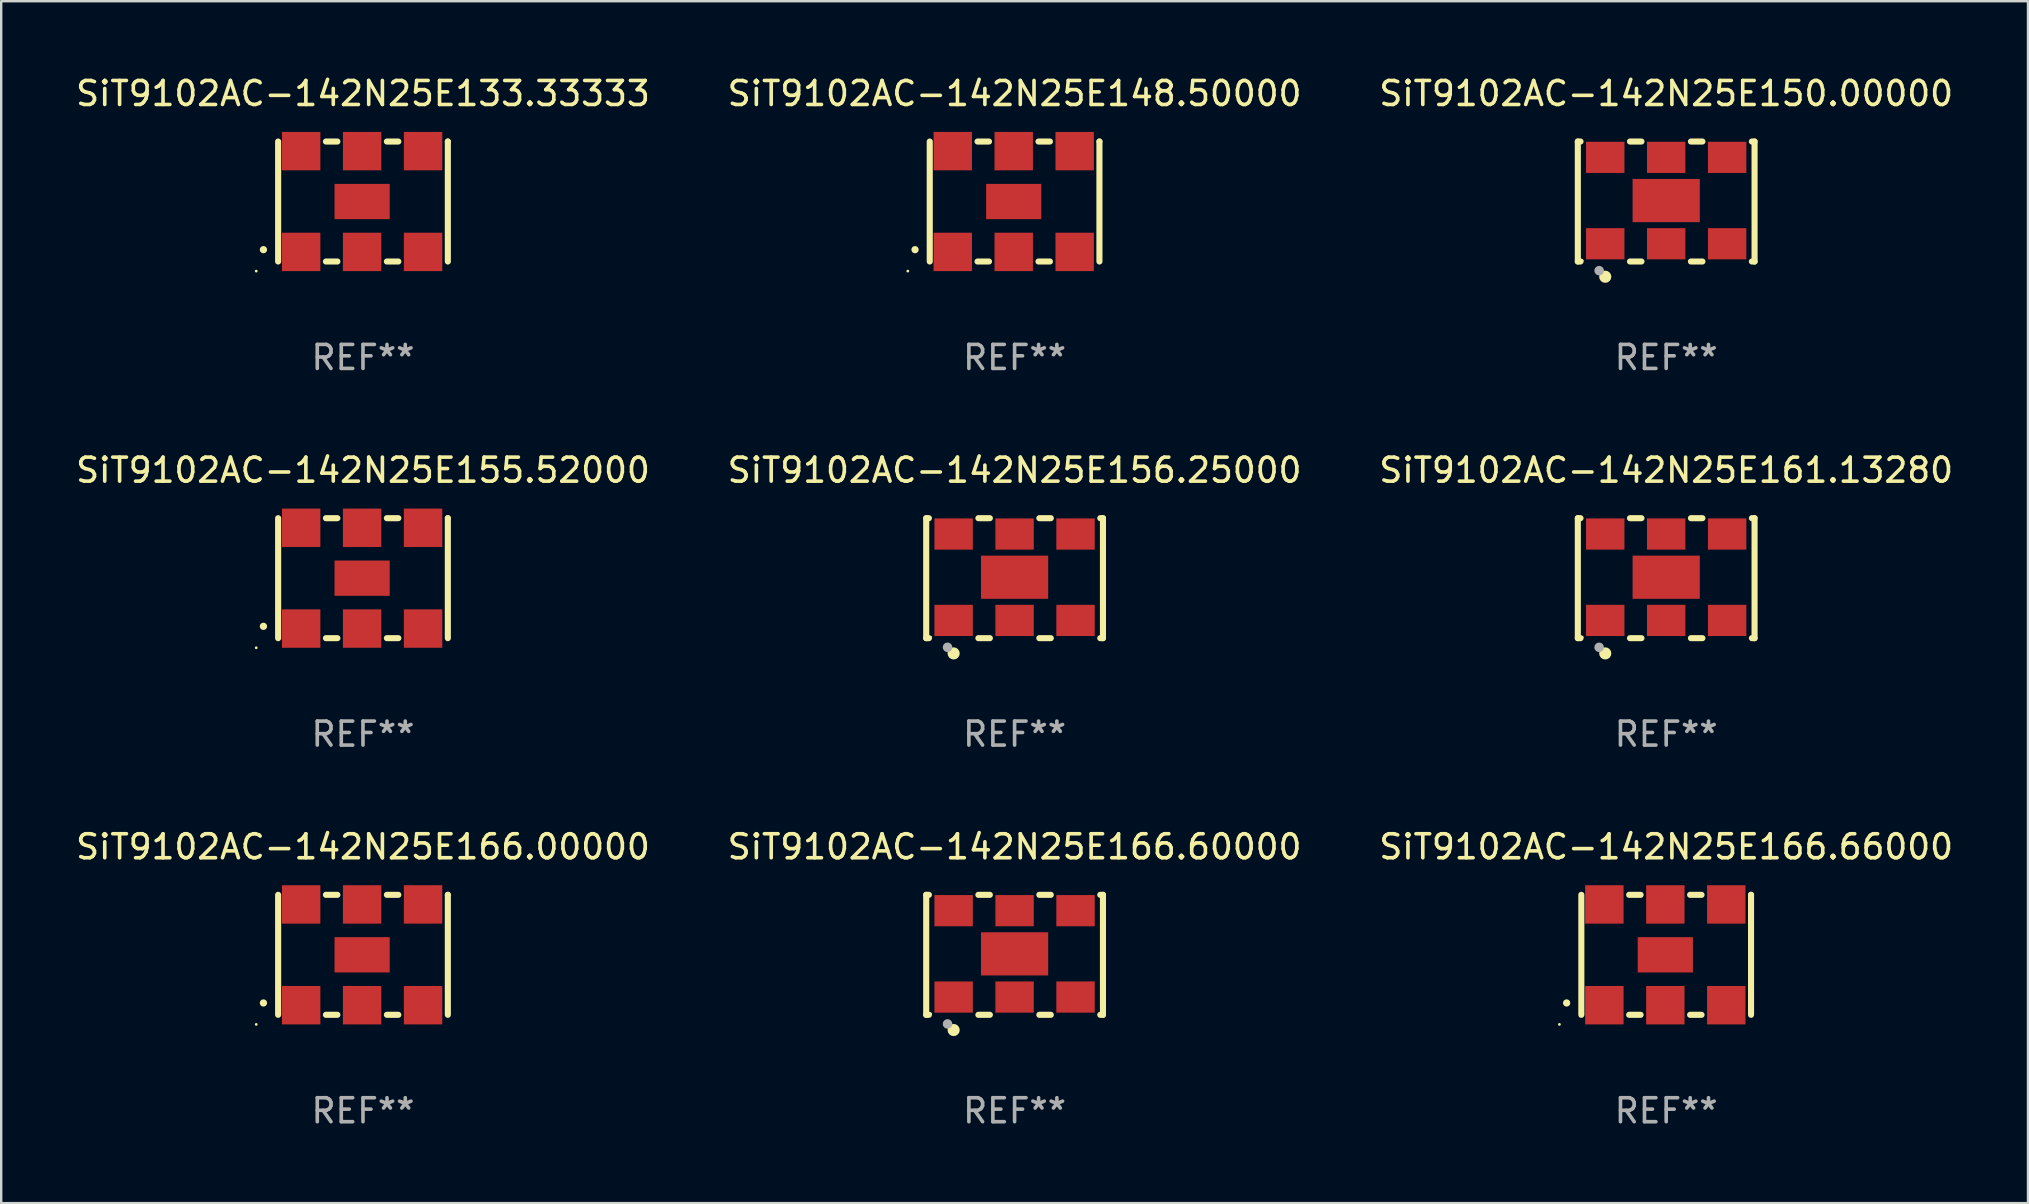
<source format=kicad_pcb>
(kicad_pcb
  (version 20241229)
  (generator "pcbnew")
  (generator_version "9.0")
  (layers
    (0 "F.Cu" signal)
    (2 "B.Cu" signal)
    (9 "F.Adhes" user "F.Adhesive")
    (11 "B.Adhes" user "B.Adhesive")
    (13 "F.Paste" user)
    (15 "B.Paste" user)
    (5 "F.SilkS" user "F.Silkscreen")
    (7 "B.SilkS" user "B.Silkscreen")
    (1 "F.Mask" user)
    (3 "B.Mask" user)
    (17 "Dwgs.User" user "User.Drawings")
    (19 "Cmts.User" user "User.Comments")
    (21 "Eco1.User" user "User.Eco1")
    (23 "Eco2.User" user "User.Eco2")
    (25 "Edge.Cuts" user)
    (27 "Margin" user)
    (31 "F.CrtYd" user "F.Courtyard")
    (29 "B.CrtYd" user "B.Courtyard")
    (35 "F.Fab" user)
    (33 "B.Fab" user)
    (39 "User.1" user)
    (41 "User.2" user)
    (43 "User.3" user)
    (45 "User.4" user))
  (footprint "SiT9102AC-142N25E150.00000"
    (layer "F.Cu")
    (at 66.387 5.348)
    (property "Reference" "SiT9102AC-142N25E150.00000" (at 0 -4.5 0) (layer "F.SilkS") (effects (font (size 1 1) (thickness 0.15))))
    (attr through_hole)
    (fp_line (start -3.683 -2.5) (end -3.571 -2.5) (stroke (width 0.254) (type solid)) (layer "F.SilkS"))
    (fp_line (start -3.683 2.5) (end -3.683 -2.5) (stroke (width 0.254) (type solid)) (layer "F.SilkS"))
    (fp_line (start -3.683 2.5) (end -3.571 2.5) (stroke (width 0.254) (type solid)) (layer "F.SilkS"))
    (fp_line (start -1.509 -2.5) (end -1.031 -2.5) (stroke (width 0.254) (type solid)) (layer "F.SilkS"))
    (fp_line (start -1.509 2.5) (end -1.031 2.5) (stroke (width 0.254) (type solid)) (layer "F.SilkS"))
    (fp_line (start 1.031 -2.5) (end 1.509 -2.5) (stroke (width 0.254) (type solid)) (layer "F.SilkS"))
    (fp_line (start 1.031 2.5) (end 1.509 2.5) (stroke (width 0.254) (type solid)) (layer "F.SilkS"))
    (fp_line (start 3.571 -2.5) (end 3.683 -2.5) (stroke (width 0.254) (type solid)) (layer "F.SilkS"))
    (fp_line (start 3.571 2.5) (end 3.683 2.5) (stroke (width 0.254) (type solid)) (layer "F.SilkS"))
    (fp_line (start 3.683 2.5) (end 3.683 -2.5) (stroke (width 0.254) (type solid)) (layer "F.SilkS"))
    (fp_circle (center -3.5 2.46) (end -3.47 2.46) (stroke (width 0.06) (type solid)) (fill no) (layer "F.SilkS"))
    (fp_circle (center -2.54 3.135) (end -2.413 3.135) (stroke (width 0.254) (type solid)) (fill no) (layer "F.SilkS"))
    (fp_circle (center -2.794 2.881) (end -2.694 2.881) (stroke (width 0.2) (type solid)) (fill no) (layer "F.Fab"))
    (fp_text user "REF**" (at 0 6.5 0) (layer "F.Fab") (effects (font (size 1 1) (thickness 0.15))))
    (pad "1" smd rect (at -2.54 1.76) (size 1.6 1.3) (layers "F.Cu" "F.Mask" "F.Paste"))
    (pad "2" smd rect (at 0 1.76) (size 1.6 1.3) (layers "F.Cu" "F.Mask" "F.Paste"))
    (pad "3" smd rect (at 2.54 1.76) (size 1.6 1.3) (layers "F.Cu" "F.Mask" "F.Paste"))
    (pad "4" smd rect (at 2.54 -1.84) (size 1.6 1.3) (layers "F.Cu" "F.Mask" "F.Paste"))
    (pad "5" smd rect (at 0 -1.84) (size 1.6 1.3) (layers "F.Cu" "F.Mask" "F.Paste"))
    (pad "6" smd rect (at -2.54 -1.84) (size 1.6 1.3) (layers "F.Cu" "F.Mask" "F.Paste"))
    (pad "7" smd rect (at 0 -0.04) (size 2.8 1.8) (layers "F.Cu" "F.Mask" "F.Paste")))
  (footprint "SiT9102AC-142N25E155.52000"
    (layer "F.Cu")
    (at 12.077 21.045)
    (property "Reference" "SiT9102AC-142N25E155.52000" (at 0 -4.5 0) (layer "F.SilkS") (effects (font (size 1 1) (thickness 0.15))))
    (attr through_hole)
    (fp_line (start -3.536 -2.5) (end -3.536 2.5) (stroke (width 0.254) (type solid)) (layer "F.SilkS"))
    (fp_line (start -1.544 2.5) (end -1.067 2.5) (stroke (width 0.254) (type solid)) (layer "F.SilkS"))
    (fp_line (start -1.067 -2.5) (end -1.544 -2.5) (stroke (width 0.254) (type solid)) (layer "F.SilkS"))
    (fp_line (start 0.996 2.5) (end 1.473 2.5) (stroke (width 0.254) (type solid)) (layer "F.SilkS"))
    (fp_line (start 1.473 -2.5) (end 0.996 -2.5) (stroke (width 0.254) (type solid)) (layer "F.SilkS"))
    (fp_line (start 3.536 -2.5) (end 3.536 -2.5) (stroke (width 0.254) (type solid)) (layer "F.SilkS"))
    (fp_line (start 3.536 2.5) (end 3.536 -2.5) (stroke (width 0.254) (type solid)) (layer "F.SilkS"))
    (fp_arc (start -4.150432 2.006604) (mid -4.149162 2.006599) (end -4.147892 2.006604) (stroke (width 0.3) (type solid)) (layer "F.SilkS"))
    (fp_circle (center -4.449 2.9) (end -4.419 2.9) (stroke (width 0.06) (type solid)) (fill no) (layer "F.SilkS"))
    (fp_text user "REF**" (at 0 6.5 0) (layer "F.Fab") (effects (font (size 1 1) (thickness 0.15))))
    (pad "1" smd rect (at -2.576 2.1) (size 1.6 1.6) (layers "F.Cu" "F.Mask" "F.Paste"))
    (pad "2" smd rect (at -0.036 2.1) (size 1.6 1.6) (layers "F.Cu" "F.Mask" "F.Paste"))
    (pad "3" smd rect (at 2.504 2.1) (size 1.6 1.6) (layers "F.Cu" "F.Mask" "F.Paste"))
    (pad "4" smd rect (at 2.504 -2.1) (size 1.6 1.6) (layers "F.Cu" "F.Mask" "F.Paste"))
    (pad "5" smd rect (at -0.036 -2.1) (size 1.6 1.6) (layers "F.Cu" "F.Mask" "F.Paste"))
    (pad "6" smd rect (at -2.576 -2.1) (size 1.6 1.6) (layers "F.Cu" "F.Mask" "F.Paste"))
    (pad "7" smd rect (at -0.036 0) (size 2.3 1.47) (layers "F.Cu" "F.Mask" "F.Paste")))
  (footprint "SiT9102AC-142N25E161.13280"
    (layer "F.Cu")
    (at 66.387 21.045)
    (property "Reference" "SiT9102AC-142N25E161.13280" (at 0 -4.5 0) (layer "F.SilkS") (effects (font (size 1 1) (thickness 0.15))))
    (attr through_hole)
    (fp_line (start -3.683 -2.5) (end -3.571 -2.5) (stroke (width 0.254) (type solid)) (layer "F.SilkS"))
    (fp_line (start -3.683 2.5) (end -3.683 -2.5) (stroke (width 0.254) (type solid)) (layer "F.SilkS"))
    (fp_line (start -3.683 2.5) (end -3.571 2.5) (stroke (width 0.254) (type solid)) (layer "F.SilkS"))
    (fp_line (start -1.509 -2.5) (end -1.031 -2.5) (stroke (width 0.254) (type solid)) (layer "F.SilkS"))
    (fp_line (start -1.509 2.5) (end -1.031 2.5) (stroke (width 0.254) (type solid)) (layer "F.SilkS"))
    (fp_line (start 1.031 -2.5) (end 1.509 -2.5) (stroke (width 0.254) (type solid)) (layer "F.SilkS"))
    (fp_line (start 1.031 2.5) (end 1.509 2.5) (stroke (width 0.254) (type solid)) (layer "F.SilkS"))
    (fp_line (start 3.571 -2.5) (end 3.683 -2.5) (stroke (width 0.254) (type solid)) (layer "F.SilkS"))
    (fp_line (start 3.571 2.5) (end 3.683 2.5) (stroke (width 0.254) (type solid)) (layer "F.SilkS"))
    (fp_line (start 3.683 2.5) (end 3.683 -2.5) (stroke (width 0.254) (type solid)) (layer "F.SilkS"))
    (fp_circle (center -3.5 2.46) (end -3.47 2.46) (stroke (width 0.06) (type solid)) (fill no) (layer "F.SilkS"))
    (fp_circle (center -2.54 3.135) (end -2.413 3.135) (stroke (width 0.254) (type solid)) (fill no) (layer "F.SilkS"))
    (fp_circle (center -2.794 2.881) (end -2.694 2.881) (stroke (width 0.2) (type solid)) (fill no) (layer "F.Fab"))
    (fp_text user "REF**" (at 0 6.5 0) (layer "F.Fab") (effects (font (size 1 1) (thickness 0.15))))
    (pad "1" smd rect (at -2.54 1.76) (size 1.6 1.3) (layers "F.Cu" "F.Mask" "F.Paste"))
    (pad "2" smd rect (at 0 1.76) (size 1.6 1.3) (layers "F.Cu" "F.Mask" "F.Paste"))
    (pad "3" smd rect (at 2.54 1.76) (size 1.6 1.3) (layers "F.Cu" "F.Mask" "F.Paste"))
    (pad "4" smd rect (at 2.54 -1.84) (size 1.6 1.3) (layers "F.Cu" "F.Mask" "F.Paste"))
    (pad "5" smd rect (at 0 -1.84) (size 1.6 1.3) (layers "F.Cu" "F.Mask" "F.Paste"))
    (pad "6" smd rect (at -2.54 -1.84) (size 1.6 1.3) (layers "F.Cu" "F.Mask" "F.Paste"))
    (pad "7" smd rect (at 0 -0.04) (size 2.8 1.8) (layers "F.Cu" "F.Mask" "F.Paste")))
  (footprint "SiT9102AC-142N25E166.00000"
    (layer "F.Cu")
    (at 12.077 36.741)
    (property "Reference" "SiT9102AC-142N25E166.00000" (at 0 -4.5 0) (layer "F.SilkS") (effects (font (size 1 1) (thickness 0.15))))
    (attr through_hole)
    (fp_line (start -3.536 -2.5) (end -3.536 2.5) (stroke (width 0.254) (type solid)) (layer "F.SilkS"))
    (fp_line (start -1.544 2.5) (end -1.067 2.5) (stroke (width 0.254) (type solid)) (layer "F.SilkS"))
    (fp_line (start -1.067 -2.5) (end -1.544 -2.5) (stroke (width 0.254) (type solid)) (layer "F.SilkS"))
    (fp_line (start 0.996 2.5) (end 1.473 2.5) (stroke (width 0.254) (type solid)) (layer "F.SilkS"))
    (fp_line (start 1.473 -2.5) (end 0.996 -2.5) (stroke (width 0.254) (type solid)) (layer "F.SilkS"))
    (fp_line (start 3.536 -2.5) (end 3.536 -2.5) (stroke (width 0.254) (type solid)) (layer "F.SilkS"))
    (fp_line (start 3.536 2.5) (end 3.536 -2.5) (stroke (width 0.254) (type solid)) (layer "F.SilkS"))
    (fp_arc (start -4.150432 2.006604) (mid -4.149162 2.006599) (end -4.147892 2.006604) (stroke (width 0.3) (type solid)) (layer "F.SilkS"))
    (fp_circle (center -4.449 2.9) (end -4.419 2.9) (stroke (width 0.06) (type solid)) (fill no) (layer "F.SilkS"))
    (fp_text user "REF**" (at 0 6.5 0) (layer "F.Fab") (effects (font (size 1 1) (thickness 0.15))))
    (pad "1" smd rect (at -2.576 2.1) (size 1.6 1.6) (layers "F.Cu" "F.Mask" "F.Paste"))
    (pad "2" smd rect (at -0.036 2.1) (size 1.6 1.6) (layers "F.Cu" "F.Mask" "F.Paste"))
    (pad "3" smd rect (at 2.504 2.1) (size 1.6 1.6) (layers "F.Cu" "F.Mask" "F.Paste"))
    (pad "4" smd rect (at 2.504 -2.1) (size 1.6 1.6) (layers "F.Cu" "F.Mask" "F.Paste"))
    (pad "5" smd rect (at -0.036 -2.1) (size 1.6 1.6) (layers "F.Cu" "F.Mask" "F.Paste"))
    (pad "6" smd rect (at -2.576 -2.1) (size 1.6 1.6) (layers "F.Cu" "F.Mask" "F.Paste"))
    (pad "7" smd rect (at -0.036 0) (size 2.3 1.47) (layers "F.Cu" "F.Mask" "F.Paste")))
  (footprint "SiT9102AC-142N25E133.33333"
    (layer "F.Cu")
    (at 12.077 5.348)
    (property "Reference" "SiT9102AC-142N25E133.33333" (at 0 -4.5 0) (layer "F.SilkS") (effects (font (size 1 1) (thickness 0.15))))
    (attr through_hole)
    (fp_line (start -3.536 -2.5) (end -3.536 2.5) (stroke (width 0.254) (type solid)) (layer "F.SilkS"))
    (fp_line (start -1.544 2.5) (end -1.067 2.5) (stroke (width 0.254) (type solid)) (layer "F.SilkS"))
    (fp_line (start -1.067 -2.5) (end -1.544 -2.5) (stroke (width 0.254) (type solid)) (layer "F.SilkS"))
    (fp_line (start 0.996 2.5) (end 1.473 2.5) (stroke (width 0.254) (type solid)) (layer "F.SilkS"))
    (fp_line (start 1.473 -2.5) (end 0.996 -2.5) (stroke (width 0.254) (type solid)) (layer "F.SilkS"))
    (fp_line (start 3.536 -2.5) (end 3.536 -2.5) (stroke (width 0.254) (type solid)) (layer "F.SilkS"))
    (fp_line (start 3.536 2.5) (end 3.536 -2.5) (stroke (width 0.254) (type solid)) (layer "F.SilkS"))
    (fp_arc (start -4.150432 2.006604) (mid -4.149162 2.006599) (end -4.147892 2.006604) (stroke (width 0.3) (type solid)) (layer "F.SilkS"))
    (fp_circle (center -4.449 2.9) (end -4.419 2.9) (stroke (width 0.06) (type solid)) (fill no) (layer "F.SilkS"))
    (fp_text user "REF**" (at 0 6.5 0) (layer "F.Fab") (effects (font (size 1 1) (thickness 0.15))))
    (pad "1" smd rect (at -2.576 2.1) (size 1.6 1.6) (layers "F.Cu" "F.Mask" "F.Paste"))
    (pad "2" smd rect (at -0.036 2.1) (size 1.6 1.6) (layers "F.Cu" "F.Mask" "F.Paste"))
    (pad "3" smd rect (at 2.504 2.1) (size 1.6 1.6) (layers "F.Cu" "F.Mask" "F.Paste"))
    (pad "4" smd rect (at 2.504 -2.1) (size 1.6 1.6) (layers "F.Cu" "F.Mask" "F.Paste"))
    (pad "5" smd rect (at -0.036 -2.1) (size 1.6 1.6) (layers "F.Cu" "F.Mask" "F.Paste"))
    (pad "6" smd rect (at -2.576 -2.1) (size 1.6 1.6) (layers "F.Cu" "F.Mask" "F.Paste"))
    (pad "7" smd rect (at -0.036 0) (size 2.3 1.47) (layers "F.Cu" "F.Mask" "F.Paste")))
  (footprint "SiT9102AC-142N25E166.60000"
    (layer "F.Cu")
    (at 39.232 36.741)
    (property "Reference" "SiT9102AC-142N25E166.60000" (at 0 -4.5 0) (layer "F.SilkS") (effects (font (size 1 1) (thickness 0.15))))
    (attr through_hole)
    (fp_line (start -3.683 -2.5) (end -3.571 -2.5) (stroke (width 0.254) (type solid)) (layer "F.SilkS"))
    (fp_line (start -3.683 2.5) (end -3.683 -2.5) (stroke (width 0.254) (type solid)) (layer "F.SilkS"))
    (fp_line (start -3.683 2.5) (end -3.571 2.5) (stroke (width 0.254) (type solid)) (layer "F.SilkS"))
    (fp_line (start -1.509 -2.5) (end -1.031 -2.5) (stroke (width 0.254) (type solid)) (layer "F.SilkS"))
    (fp_line (start -1.509 2.5) (end -1.031 2.5) (stroke (width 0.254) (type solid)) (layer "F.SilkS"))
    (fp_line (start 1.031 -2.5) (end 1.509 -2.5) (stroke (width 0.254) (type solid)) (layer "F.SilkS"))
    (fp_line (start 1.031 2.5) (end 1.509 2.5) (stroke (width 0.254) (type solid)) (layer "F.SilkS"))
    (fp_line (start 3.571 -2.5) (end 3.683 -2.5) (stroke (width 0.254) (type solid)) (layer "F.SilkS"))
    (fp_line (start 3.571 2.5) (end 3.683 2.5) (stroke (width 0.254) (type solid)) (layer "F.SilkS"))
    (fp_line (start 3.683 2.5) (end 3.683 -2.5) (stroke (width 0.254) (type solid)) (layer "F.SilkS"))
    (fp_circle (center -3.5 2.46) (end -3.47 2.46) (stroke (width 0.06) (type solid)) (fill no) (layer "F.SilkS"))
    (fp_circle (center -2.54 3.135) (end -2.413 3.135) (stroke (width 0.254) (type solid)) (fill no) (layer "F.SilkS"))
    (fp_circle (center -2.794 2.881) (end -2.694 2.881) (stroke (width 0.2) (type solid)) (fill no) (layer "F.Fab"))
    (fp_text user "REF**" (at 0 6.5 0) (layer "F.Fab") (effects (font (size 1 1) (thickness 0.15))))
    (pad "1" smd rect (at -2.54 1.76) (size 1.6 1.3) (layers "F.Cu" "F.Mask" "F.Paste"))
    (pad "2" smd rect (at 0 1.76) (size 1.6 1.3) (layers "F.Cu" "F.Mask" "F.Paste"))
    (pad "3" smd rect (at 2.54 1.76) (size 1.6 1.3) (layers "F.Cu" "F.Mask" "F.Paste"))
    (pad "4" smd rect (at 2.54 -1.84) (size 1.6 1.3) (layers "F.Cu" "F.Mask" "F.Paste"))
    (pad "5" smd rect (at 0 -1.84) (size 1.6 1.3) (layers "F.Cu" "F.Mask" "F.Paste"))
    (pad "6" smd rect (at -2.54 -1.84) (size 1.6 1.3) (layers "F.Cu" "F.Mask" "F.Paste"))
    (pad "7" smd rect (at 0 -0.04) (size 2.8 1.8) (layers "F.Cu" "F.Mask" "F.Paste")))
  (footprint "SiT9102AC-142N25E166.66000"
    (layer "F.Cu")
    (at 66.387 36.741)
    (property "Reference" "SiT9102AC-142N25E166.66000" (at 0 -4.5 0) (layer "F.SilkS") (effects (font (size 1 1) (thickness 0.15))))
    (attr through_hole)
    (fp_line (start -3.536 -2.5) (end -3.536 2.5) (stroke (width 0.254) (type solid)) (layer "F.SilkS"))
    (fp_line (start -1.544 2.5) (end -1.067 2.5) (stroke (width 0.254) (type solid)) (layer "F.SilkS"))
    (fp_line (start -1.067 -2.5) (end -1.544 -2.5) (stroke (width 0.254) (type solid)) (layer "F.SilkS"))
    (fp_line (start 0.996 2.5) (end 1.473 2.5) (stroke (width 0.254) (type solid)) (layer "F.SilkS"))
    (fp_line (start 1.473 -2.5) (end 0.996 -2.5) (stroke (width 0.254) (type solid)) (layer "F.SilkS"))
    (fp_line (start 3.536 -2.5) (end 3.536 -2.5) (stroke (width 0.254) (type solid)) (layer "F.SilkS"))
    (fp_line (start 3.536 2.5) (end 3.536 -2.5) (stroke (width 0.254) (type solid)) (layer "F.SilkS"))
    (fp_arc (start -4.150432 2.006604) (mid -4.149162 2.006599) (end -4.147892 2.006604) (stroke (width 0.3) (type solid)) (layer "F.SilkS"))
    (fp_circle (center -4.449 2.9) (end -4.419 2.9) (stroke (width 0.06) (type solid)) (fill no) (layer "F.SilkS"))
    (fp_text user "REF**" (at 0 6.5 0) (layer "F.Fab") (effects (font (size 1 1) (thickness 0.15))))
    (pad "1" smd rect (at -2.576 2.1) (size 1.6 1.6) (layers "F.Cu" "F.Mask" "F.Paste"))
    (pad "2" smd rect (at -0.036 2.1) (size 1.6 1.6) (layers "F.Cu" "F.Mask" "F.Paste"))
    (pad "3" smd rect (at 2.504 2.1) (size 1.6 1.6) (layers "F.Cu" "F.Mask" "F.Paste"))
    (pad "4" smd rect (at 2.504 -2.1) (size 1.6 1.6) (layers "F.Cu" "F.Mask" "F.Paste"))
    (pad "5" smd rect (at -0.036 -2.1) (size 1.6 1.6) (layers "F.Cu" "F.Mask" "F.Paste"))
    (pad "6" smd rect (at -2.576 -2.1) (size 1.6 1.6) (layers "F.Cu" "F.Mask" "F.Paste"))
    (pad "7" smd rect (at -0.036 0) (size 2.3 1.47) (layers "F.Cu" "F.Mask" "F.Paste")))
  (footprint "SiT9102AC-142N25E148.50000"
    (layer "F.Cu")
    (at 39.232 5.348)
    (property "Reference" "SiT9102AC-142N25E148.50000" (at 0 -4.5 0) (layer "F.SilkS") (effects (font (size 1 1) (thickness 0.15))))
    (attr through_hole)
    (fp_line (start -3.536 -2.5) (end -3.536 2.5) (stroke (width 0.254) (type solid)) (layer "F.SilkS"))
    (fp_line (start -1.544 2.5) (end -1.067 2.5) (stroke (width 0.254) (type solid)) (layer "F.SilkS"))
    (fp_line (start -1.067 -2.5) (end -1.544 -2.5) (stroke (width 0.254) (type solid)) (layer "F.SilkS"))
    (fp_line (start 0.996 2.5) (end 1.473 2.5) (stroke (width 0.254) (type solid)) (layer "F.SilkS"))
    (fp_line (start 1.473 -2.5) (end 0.996 -2.5) (stroke (width 0.254) (type solid)) (layer "F.SilkS"))
    (fp_line (start 3.536 -2.5) (end 3.536 -2.5) (stroke (width 0.254) (type solid)) (layer "F.SilkS"))
    (fp_line (start 3.536 2.5) (end 3.536 -2.5) (stroke (width 0.254) (type solid)) (layer "F.SilkS"))
    (fp_arc (start -4.150432 2.006604) (mid -4.149162 2.006599) (end -4.147892 2.006604) (stroke (width 0.3) (type solid)) (layer "F.SilkS"))
    (fp_circle (center -4.449 2.9) (end -4.419 2.9) (stroke (width 0.06) (type solid)) (fill no) (layer "F.SilkS"))
    (fp_text user "REF**" (at 0 6.5 0) (layer "F.Fab") (effects (font (size 1 1) (thickness 0.15))))
    (pad "1" smd rect (at -2.576 2.1) (size 1.6 1.6) (layers "F.Cu" "F.Mask" "F.Paste"))
    (pad "2" smd rect (at -0.036 2.1) (size 1.6 1.6) (layers "F.Cu" "F.Mask" "F.Paste"))
    (pad "3" smd rect (at 2.504 2.1) (size 1.6 1.6) (layers "F.Cu" "F.Mask" "F.Paste"))
    (pad "4" smd rect (at 2.504 -2.1) (size 1.6 1.6) (layers "F.Cu" "F.Mask" "F.Paste"))
    (pad "5" smd rect (at -0.036 -2.1) (size 1.6 1.6) (layers "F.Cu" "F.Mask" "F.Paste"))
    (pad "6" smd rect (at -2.576 -2.1) (size 1.6 1.6) (layers "F.Cu" "F.Mask" "F.Paste"))
    (pad "7" smd rect (at -0.036 0) (size 2.3 1.47) (layers "F.Cu" "F.Mask" "F.Paste")))
  (footprint "SiT9102AC-142N25E156.25000"
    (layer "F.Cu")
    (at 39.232 21.045)
    (property "Reference" "SiT9102AC-142N25E156.25000" (at 0 -4.5 0) (layer "F.SilkS") (effects (font (size 1 1) (thickness 0.15))))
    (attr through_hole)
    (fp_line (start -3.683 -2.5) (end -3.571 -2.5) (stroke (width 0.254) (type solid)) (layer "F.SilkS"))
    (fp_line (start -3.683 2.5) (end -3.683 -2.5) (stroke (width 0.254) (type solid)) (layer "F.SilkS"))
    (fp_line (start -3.683 2.5) (end -3.571 2.5) (stroke (width 0.254) (type solid)) (layer "F.SilkS"))
    (fp_line (start -1.509 -2.5) (end -1.031 -2.5) (stroke (width 0.254) (type solid)) (layer "F.SilkS"))
    (fp_line (start -1.509 2.5) (end -1.031 2.5) (stroke (width 0.254) (type solid)) (layer "F.SilkS"))
    (fp_line (start 1.031 -2.5) (end 1.509 -2.5) (stroke (width 0.254) (type solid)) (layer "F.SilkS"))
    (fp_line (start 1.031 2.5) (end 1.509 2.5) (stroke (width 0.254) (type solid)) (layer "F.SilkS"))
    (fp_line (start 3.571 -2.5) (end 3.683 -2.5) (stroke (width 0.254) (type solid)) (layer "F.SilkS"))
    (fp_line (start 3.571 2.5) (end 3.683 2.5) (stroke (width 0.254) (type solid)) (layer "F.SilkS"))
    (fp_line (start 3.683 2.5) (end 3.683 -2.5) (stroke (width 0.254) (type solid)) (layer "F.SilkS"))
    (fp_circle (center -3.5 2.46) (end -3.47 2.46) (stroke (width 0.06) (type solid)) (fill no) (layer "F.SilkS"))
    (fp_circle (center -2.54 3.135) (end -2.413 3.135) (stroke (width 0.254) (type solid)) (fill no) (layer "F.SilkS"))
    (fp_circle (center -2.794 2.881) (end -2.694 2.881) (stroke (width 0.2) (type solid)) (fill no) (layer "F.Fab"))
    (fp_text user "REF**" (at 0 6.5 0) (layer "F.Fab") (effects (font (size 1 1) (thickness 0.15))))
    (pad "1" smd rect (at -2.54 1.76) (size 1.6 1.3) (layers "F.Cu" "F.Mask" "F.Paste"))
    (pad "2" smd rect (at 0 1.76) (size 1.6 1.3) (layers "F.Cu" "F.Mask" "F.Paste"))
    (pad "3" smd rect (at 2.54 1.76) (size 1.6 1.3) (layers "F.Cu" "F.Mask" "F.Paste"))
    (pad "4" smd rect (at 2.54 -1.84) (size 1.6 1.3) (layers "F.Cu" "F.Mask" "F.Paste"))
    (pad "5" smd rect (at 0 -1.84) (size 1.6 1.3) (layers "F.Cu" "F.Mask" "F.Paste"))
    (pad "6" smd rect (at -2.54 -1.84) (size 1.6 1.3) (layers "F.Cu" "F.Mask" "F.Paste"))
    (pad "7" smd rect (at 0 -0.04) (size 2.8 1.8) (layers "F.Cu" "F.Mask" "F.Paste")))
  (gr_rect
    (start -3 -3)
    (end 81.464 47.09)
    (stroke (width 0.1) (type default))
    (fill no)
    (layer "Edge.Cuts")))
</source>
